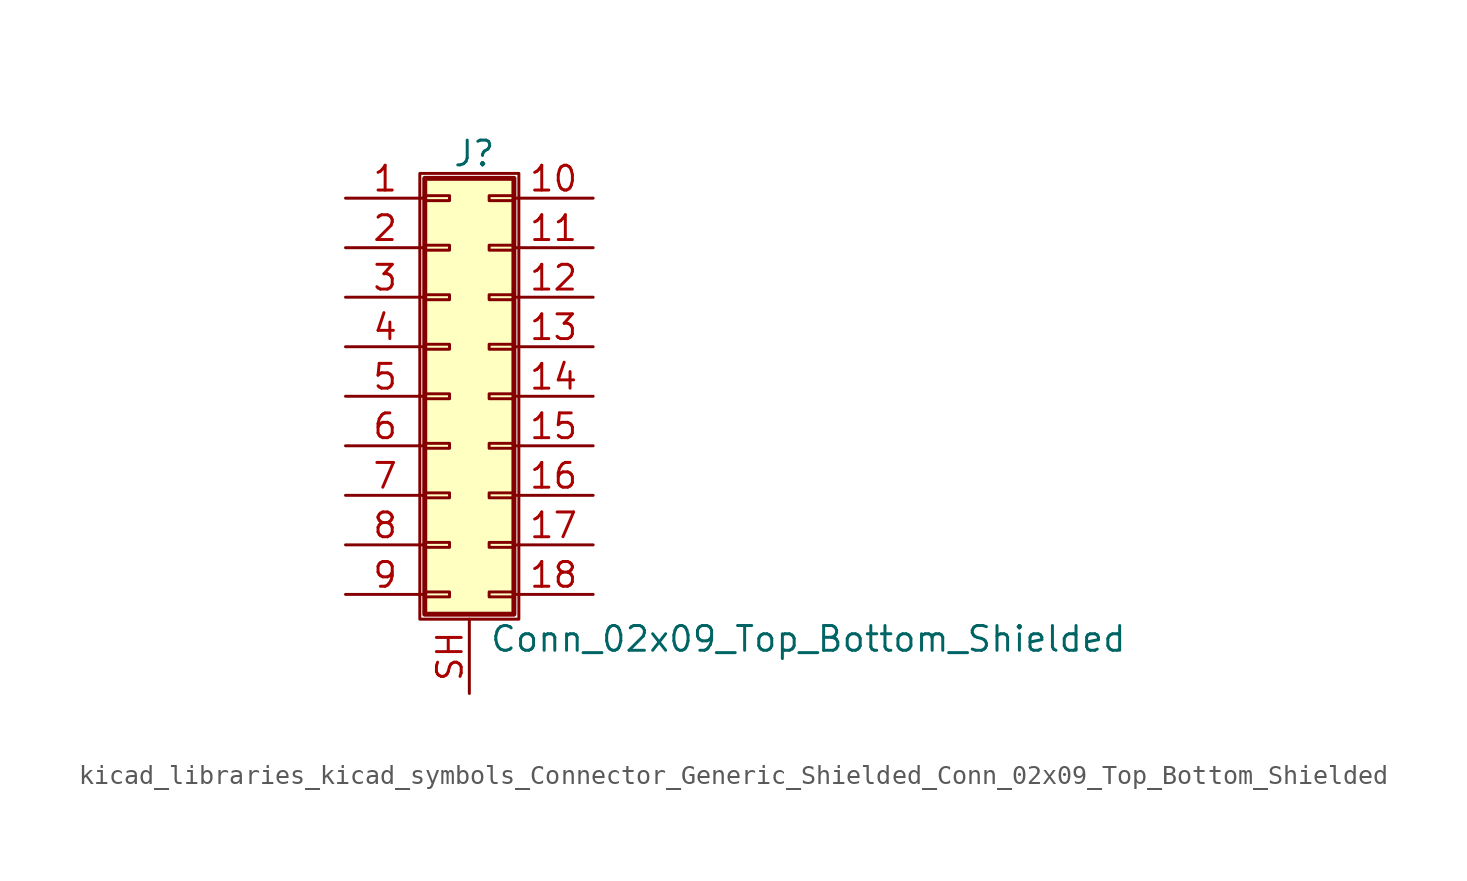
<source format=kicad_sym>
(kicad_symbol_lib
  (version 20220914)
  (generator kicad_symbol_editor)
  (symbol "kicad_libraries_kicad_symbols_Connector_Generic_Shielded_Conn_02x09_Top_Bottom_Shielded"
    (pin_names
      (offset 1.016) hide)
    (property "Reference" "J"
      (at 1.524 12.446 0)
      (effects (font (size 1.27 1.27))))
    (property "Value" "Conn_02x09_Top_Bottom_Shielded"
      (at 2.286 -12.446 0)
      (effects (font (size 1.27 1.27)) (justify left)))
    (symbol "kicad_libraries_kicad_symbols_Connector_Generic_Shielded_Conn_02x09_Top_Bottom_Shielded_1_1"
      (rectangle (start -1.27 11.43) (end 3.81 -11.43) (stroke (width 0.152) (type default)) (fill (type none)))
      (rectangle (start -1.016 -10.033) (end 0.254 -10.287) (stroke (width 0.152) (type default)) (fill (type none)))
      (rectangle (start -1.016 -7.493) (end 0.254 -7.747) (stroke (width 0.152) (type default)) (fill (type none)))
      (rectangle (start -1.016 -4.953) (end 0.254 -5.207) (stroke (width 0.152) (type default)) (fill (type none)))
      (rectangle (start -1.016 -2.413) (end 0.254 -2.667) (stroke (width 0.152) (type default)) (fill (type none)))
      (rectangle (start -1.016 0.127) (end 0.254 -0.127) (stroke (width 0.152) (type default)) (fill (type none)))
      (rectangle (start -1.016 2.667) (end 0.254 2.413) (stroke (width 0.152) (type default)) (fill (type none)))
      (rectangle (start -1.016 5.207) (end 0.254 4.953) (stroke (width 0.152) (type default)) (fill (type none)))
      (rectangle (start -1.016 7.747) (end 0.254 7.493) (stroke (width 0.152) (type default)) (fill (type none)))
      (rectangle (start -1.016 10.287) (end 0.254 10.033) (stroke (width 0.152) (type default)) (fill (type none)))
      (rectangle (start -1.016 11.176) (end 3.556 -11.176) (stroke (width 0.254) (type default)) (fill (type background)))
      (rectangle (start 3.556 -10.033) (end 2.286 -10.287) (stroke (width 0.152) (type default)) (fill (type none)))
      (rectangle (start 3.556 -7.493) (end 2.286 -7.747) (stroke (width 0.152) (type default)) (fill (type none)))
      (rectangle (start 3.556 -4.953) (end 2.286 -5.207) (stroke (width 0.152) (type default)) (fill (type none)))
      (rectangle (start 3.556 -2.413) (end 2.286 -2.667) (stroke (width 0.152) (type default)) (fill (type none)))
      (rectangle (start 3.556 0.127) (end 2.286 -0.127) (stroke (width 0.152) (type default)) (fill (type none)))
      (rectangle (start 3.556 2.667) (end 2.286 2.413) (stroke (width 0.152) (type default)) (fill (type none)))
      (rectangle (start 3.556 5.207) (end 2.286 4.953) (stroke (width 0.152) (type default)) (fill (type none)))
      (rectangle (start 3.556 7.747) (end 2.286 7.493) (stroke (width 0.152) (type default)) (fill (type none)))
      (rectangle (start 3.556 10.287) (end 2.286 10.033) (stroke (width 0.152) (type default)) (fill (type none)))
      (pin passive line (at -5.08 10.16 0) (length 4.064) (name "Pin_1" (effects (font (size 1.27 1.27)))) (number "1" (effects (font (size 1.27 1.27)))))
      (pin passive line (at 7.62 10.16 180) (length 4.064) (name "Pin_10" (effects (font (size 1.27 1.27)))) (number "10" (effects (font (size 1.27 1.27)))))
      (pin passive line (at 7.62 7.62 180) (length 4.064) (name "Pin_11" (effects (font (size 1.27 1.27)))) (number "11" (effects (font (size 1.27 1.27)))))
      (pin passive line (at 7.62 5.08 180) (length 4.064) (name "Pin_12" (effects (font (size 1.27 1.27)))) (number "12" (effects (font (size 1.27 1.27)))))
      (pin passive line (at 7.62 2.54 180) (length 4.064) (name "Pin_13" (effects (font (size 1.27 1.27)))) (number "13" (effects (font (size 1.27 1.27)))))
      (pin passive line (at 7.62 0 180) (length 4.064) (name "Pin_14" (effects (font (size 1.27 1.27)))) (number "14" (effects (font (size 1.27 1.27)))))
      (pin passive line (at 7.62 -2.54 180) (length 4.064) (name "Pin_15" (effects (font (size 1.27 1.27)))) (number "15" (effects (font (size 1.27 1.27)))))
      (pin passive line (at 7.62 -5.08 180) (length 4.064) (name "Pin_16" (effects (font (size 1.27 1.27)))) (number "16" (effects (font (size 1.27 1.27)))))
      (pin passive line (at 7.62 -7.62 180) (length 4.064) (name "Pin_17" (effects (font (size 1.27 1.27)))) (number "17" (effects (font (size 1.27 1.27)))))
      (pin passive line (at 7.62 -10.16 180) (length 4.064) (name "Pin_18" (effects (font (size 1.27 1.27)))) (number "18" (effects (font (size 1.27 1.27)))))
      (pin passive line (at -5.08 7.62 0) (length 4.064) (name "Pin_2" (effects (font (size 1.27 1.27)))) (number "2" (effects (font (size 1.27 1.27)))))
      (pin passive line (at -5.08 5.08 0) (length 4.064) (name "Pin_3" (effects (font (size 1.27 1.27)))) (number "3" (effects (font (size 1.27 1.27)))))
      (pin passive line (at -5.08 2.54 0) (length 4.064) (name "Pin_4" (effects (font (size 1.27 1.27)))) (number "4" (effects (font (size 1.27 1.27)))))
      (pin passive line (at -5.08 0 0) (length 4.064) (name "Pin_5" (effects (font (size 1.27 1.27)))) (number "5" (effects (font (size 1.27 1.27)))))
      (pin passive line (at -5.08 -2.54 0) (length 4.064) (name "Pin_6" (effects (font (size 1.27 1.27)))) (number "6" (effects (font (size 1.27 1.27)))))
      (pin passive line (at -5.08 -5.08 0) (length 4.064) (name "Pin_7" (effects (font (size 1.27 1.27)))) (number "7" (effects (font (size 1.27 1.27)))))
      (pin passive line (at -5.08 -7.62 0) (length 4.064) (name "Pin_8" (effects (font (size 1.27 1.27)))) (number "8" (effects (font (size 1.27 1.27)))))
      (pin passive line (at -5.08 -10.16 0) (length 4.064) (name "Pin_9" (effects (font (size 1.27 1.27)))) (number "9" (effects (font (size 1.27 1.27)))))
      (pin passive line (at 1.27 -15.24 90) (length 3.81) (name "Shield" (effects (font (size 1.27 1.27)))) (number "SH" (effects (font (size 1.27 1.27))))))))
</source>
